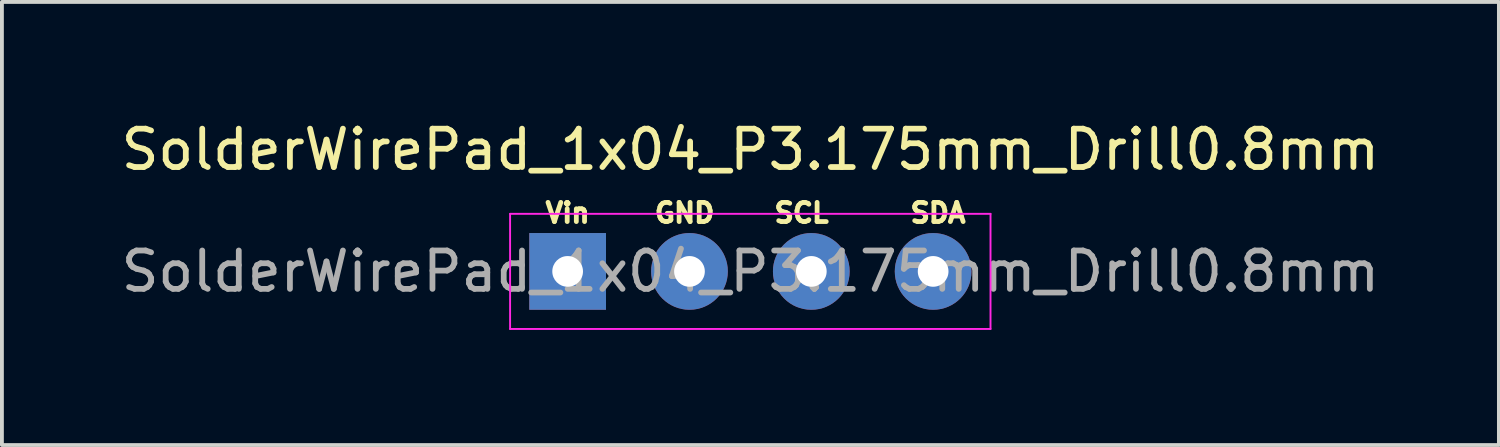
<source format=kicad_pcb>
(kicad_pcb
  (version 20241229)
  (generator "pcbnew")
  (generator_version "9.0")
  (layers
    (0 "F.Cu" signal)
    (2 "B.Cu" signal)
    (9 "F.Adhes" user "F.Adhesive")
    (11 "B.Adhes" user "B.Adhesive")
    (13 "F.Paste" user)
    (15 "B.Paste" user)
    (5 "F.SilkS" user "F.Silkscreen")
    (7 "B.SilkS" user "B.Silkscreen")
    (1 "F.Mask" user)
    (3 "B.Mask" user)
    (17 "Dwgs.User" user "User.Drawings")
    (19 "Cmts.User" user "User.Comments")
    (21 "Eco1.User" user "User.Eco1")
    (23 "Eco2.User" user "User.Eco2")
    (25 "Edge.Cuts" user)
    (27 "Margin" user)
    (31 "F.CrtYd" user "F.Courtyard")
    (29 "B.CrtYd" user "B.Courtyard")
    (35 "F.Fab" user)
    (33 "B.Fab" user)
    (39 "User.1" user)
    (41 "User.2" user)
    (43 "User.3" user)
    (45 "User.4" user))
  (footprint "SolderWirePad_1x04_P3.175mm_Drill0.8mm"
    (layer "F.Cu")
    (at 11.743 4.023)
    (property "Reference" "SolderWirePad_1x04_P3.175mm_Drill0.8mm" (at 4.763 -3.175 0) (layer "F.SilkS") (effects (font (size 1 1) (thickness 0.15))))
    (attr exclude_from_pos_files exclude_from_bom)
    (fp_line (start -1.5 -1.5) (end -1.5 1.5) (stroke (width 0.05) (type solid)) (layer "F.CrtYd"))
    (fp_line (start -1.5 -1.5) (end 11.02 -1.5) (stroke (width 0.05) (type solid)) (layer "F.CrtYd"))
    (fp_line (start 11.02 1.5) (end -1.5 1.5) (stroke (width 0.05) (type solid)) (layer "F.CrtYd"))
    (fp_line (start 11.02 1.5) (end 11.02 -1.5) (stroke (width 0.05) (type solid)) (layer "F.CrtYd"))
    (fp_text user "SCL" (at 6.096 -1.524 0) (layer "F.SilkS") (effects (font (size 0.5 0.5) (thickness 0.125))))
    (fp_text user "SDA" (at 9.652 -1.524 0) (layer "F.SilkS") (effects (font (size 0.5 0.5) (thickness 0.125))))
    (fp_text user "Vin" (at 0 -1.524 0) (layer "F.SilkS") (effects (font (size 0.5 0.5) (thickness 0.125))))
    (fp_text user "GND" (at 3.048 -1.524 0) (layer "F.SilkS") (effects (font (size 0.5 0.5) (thickness 0.125))))
    (fp_text user "${REFERENCE}" (at 4.763 0 0) (layer "F.Fab") (effects (font (size 1 1) (thickness 0.15))))
    (pad "1" thru_hole rect (at 0 0) (size 1.999 1.999) (drill 0.8) (layers "*.Cu" "*.Mask"))
    (pad "2" thru_hole circle (at 3.175 0) (size 1.999 1.999) (drill 0.8) (layers "*.Cu" "*.Mask"))
    (pad "3" thru_hole circle (at 6.35 0) (size 1.999 1.999) (drill 0.8) (layers "*.Cu" "*.Mask"))
    (pad "4" thru_hole circle (at 9.525 0) (size 1.999 1.999) (drill 0.8) (layers "*.Cu" "*.Mask")))
  (gr_rect
    (start -3 -3)
    (end 36.012 8.548)
    (stroke (width 0.1) (type default))
    (fill no)
    (layer "Edge.Cuts")))
</source>
